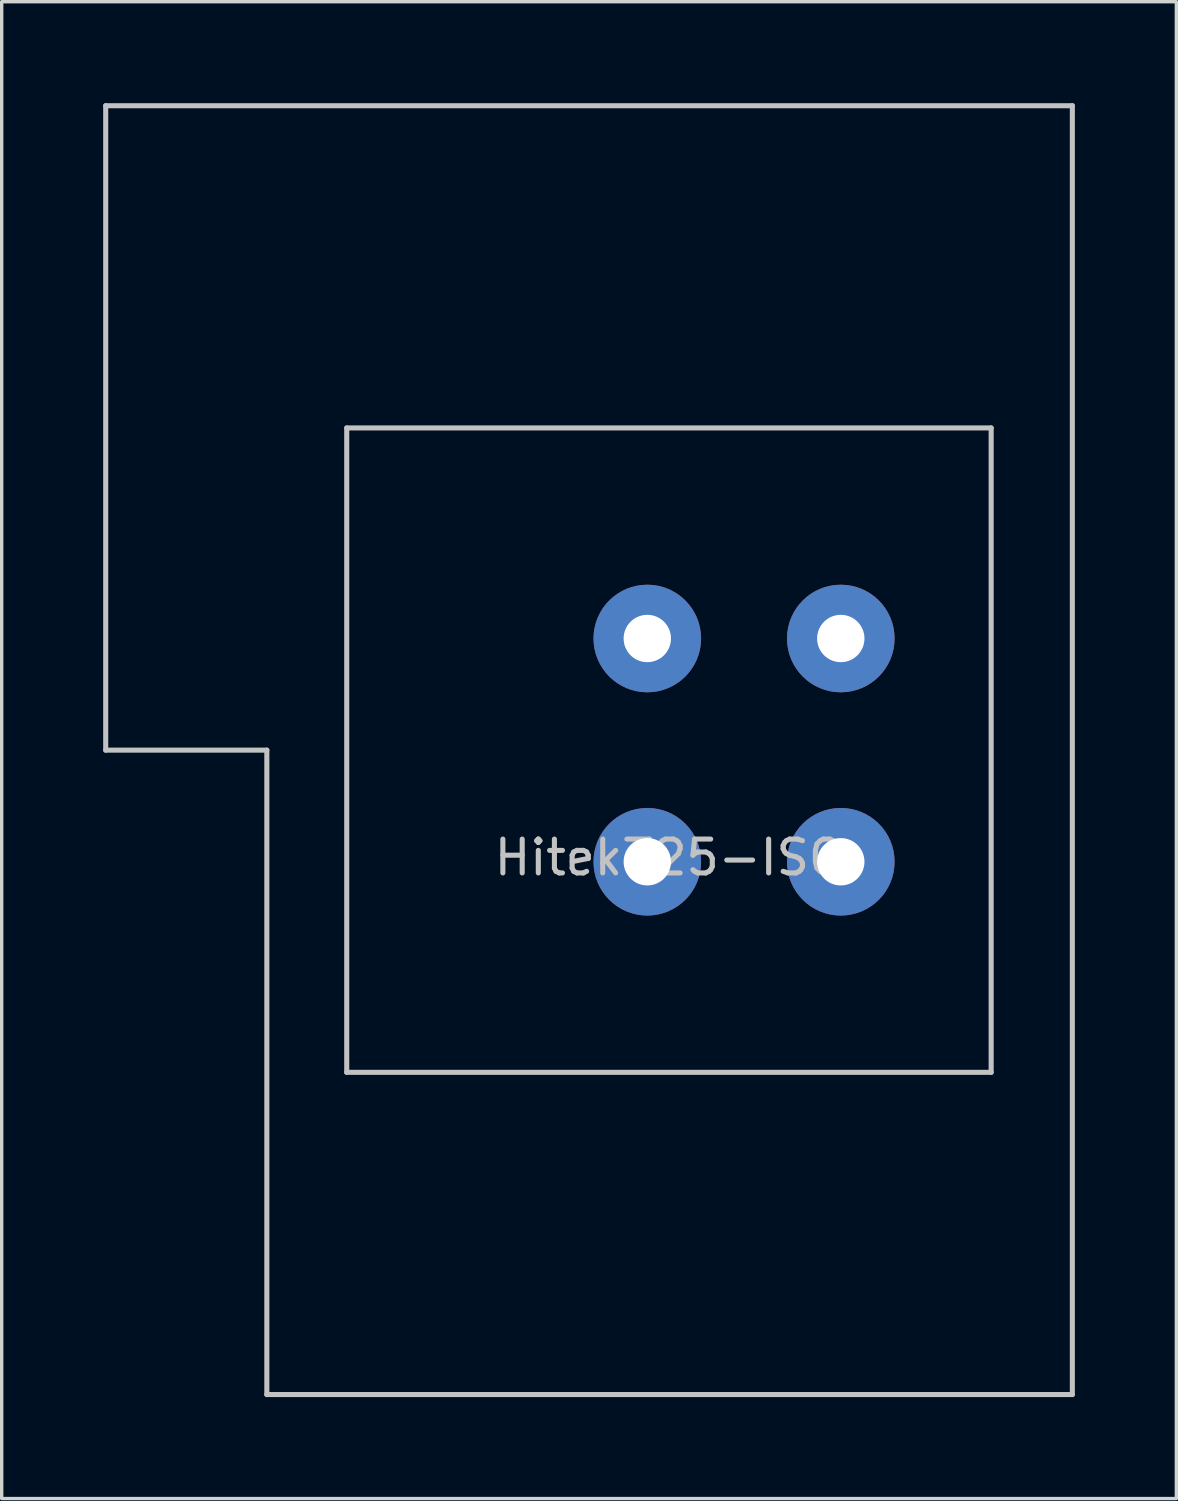
<source format=kicad_pcb>
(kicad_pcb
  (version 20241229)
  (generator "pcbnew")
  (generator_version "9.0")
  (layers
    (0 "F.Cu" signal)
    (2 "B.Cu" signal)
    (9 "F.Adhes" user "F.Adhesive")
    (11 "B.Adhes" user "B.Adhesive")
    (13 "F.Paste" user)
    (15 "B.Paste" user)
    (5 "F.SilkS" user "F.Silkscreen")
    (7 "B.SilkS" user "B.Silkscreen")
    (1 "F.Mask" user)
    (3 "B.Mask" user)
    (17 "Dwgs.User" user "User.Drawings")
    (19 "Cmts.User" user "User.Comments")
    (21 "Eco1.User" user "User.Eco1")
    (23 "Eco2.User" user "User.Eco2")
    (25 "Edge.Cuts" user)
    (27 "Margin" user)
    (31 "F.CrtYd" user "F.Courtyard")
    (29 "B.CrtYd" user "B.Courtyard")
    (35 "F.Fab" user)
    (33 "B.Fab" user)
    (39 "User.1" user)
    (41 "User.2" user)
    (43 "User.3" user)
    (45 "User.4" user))
  (footprint "Hitek725-ISO"
    (layer "F.Cu")
    (at 16.744 19.125)
    (property "Reference" "Hitek725-ISO" (at 0 3.175 0) (layer "Dwgs.User") (effects (font (size 1 1) (thickness 0.15))))
    (attr through_hole)
    (fp_line (start -16.669 -19.05) (end -16.669 0) (stroke (width 0.15) (type solid)) (layer "Dwgs.User"))
    (fp_line (start -16.669 -19.05) (end 11.906 -19.05) (stroke (width 0.15) (type solid)) (layer "Dwgs.User"))
    (fp_line (start -11.906 0) (end -16.669 0) (stroke (width 0.15) (type solid)) (layer "Dwgs.User"))
    (fp_line (start -11.906 19.05) (end -11.906 0) (stroke (width 0.15) (type solid)) (layer "Dwgs.User"))
    (fp_line (start -11.906 19.05) (end 11.906 19.05) (stroke (width 0.15) (type solid)) (layer "Dwgs.User"))
    (fp_line (start -9.544 -9.525) (end 9.506 -9.525) (stroke (width 0.15) (type solid)) (layer "Dwgs.User"))
    (fp_line (start -9.544 9.525) (end -9.544 -9.525) (stroke (width 0.15) (type solid)) (layer "Dwgs.User"))
    (fp_line (start 9.506 -9.525) (end 9.506 9.525) (stroke (width 0.15) (type solid)) (layer "Dwgs.User"))
    (fp_line (start 9.506 9.525) (end -9.544 9.525) (stroke (width 0.15) (type solid)) (layer "Dwgs.User"))
    (fp_line (start 11.906 -19.05) (end 11.906 19.05) (stroke (width 0.15) (type solid)) (layer "Dwgs.User"))
    (pad "1" thru_hole circle (at -0.659 3.3 90) (size 3.18 3.18) (drill 1.4) (layers "*.Cu" "B.Mask"))
    (pad "1" thru_hole circle (at 5.061 3.3 90) (size 3.18 3.18) (drill 1.4) (layers "*.Cu" "B.Mask"))
    (pad "2" thru_hole circle (at -0.659 -3.3 90) (size 3.18 3.18) (drill 1.4) (layers "*.Cu" "B.Mask"))
    (pad "2" thru_hole circle (at 5.061 -3.3 90) (size 3.18 3.18) (drill 1.4) (layers "*.Cu" "B.Mask")))
  (gr_rect
    (start -3 -3)
    (end 31.725 41.25)
    (stroke (width 0.1) (type default))
    (fill no)
    (layer "Edge.Cuts")))
</source>
